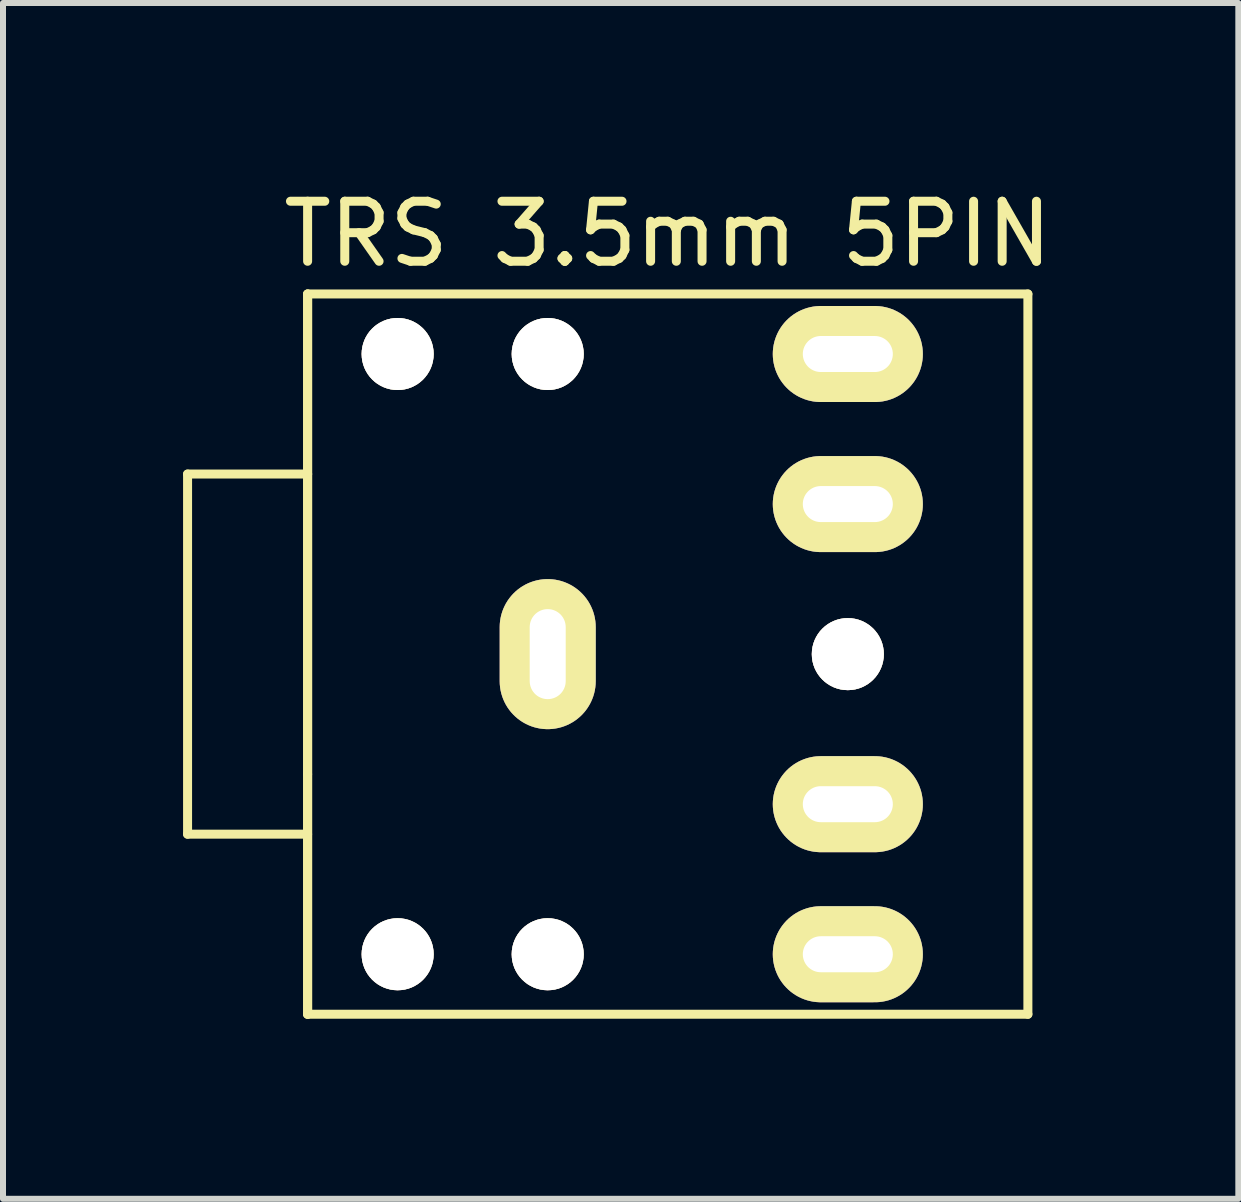
<source format=kicad_pcb>
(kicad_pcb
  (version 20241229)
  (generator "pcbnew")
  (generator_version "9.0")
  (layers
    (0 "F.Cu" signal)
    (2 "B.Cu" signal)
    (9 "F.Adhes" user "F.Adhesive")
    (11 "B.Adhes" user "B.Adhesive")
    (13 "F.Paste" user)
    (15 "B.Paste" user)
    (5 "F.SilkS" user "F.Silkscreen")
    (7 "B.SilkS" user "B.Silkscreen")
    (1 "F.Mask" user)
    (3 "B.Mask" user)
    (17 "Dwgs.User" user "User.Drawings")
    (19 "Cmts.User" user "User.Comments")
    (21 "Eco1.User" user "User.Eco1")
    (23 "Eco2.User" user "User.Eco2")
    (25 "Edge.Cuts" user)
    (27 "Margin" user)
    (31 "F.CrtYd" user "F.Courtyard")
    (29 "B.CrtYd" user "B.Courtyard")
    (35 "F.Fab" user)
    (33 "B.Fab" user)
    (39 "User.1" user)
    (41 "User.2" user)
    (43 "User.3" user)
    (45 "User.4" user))
  (footprint "TRS 3.5mm 5PIN"
    (layer "F.Cu")
    (at 8.075 7.848)
    (property "Reference" "TRS 3.5mm 5PIN" (at 0 -7 0) (layer "F.SilkS") (effects (font (size 1 1) (thickness 0.15))))
    (attr through_hole)
    (fp_line (start -8 -3) (end -8 3) (stroke (width 0.15) (type solid)) (layer "F.SilkS"))
    (fp_line (start -8 -3) (end -6 -3) (stroke (width 0.15) (type solid)) (layer "F.SilkS"))
    (fp_line (start -6 -6) (end -6 6) (stroke (width 0.15) (type solid)) (layer "F.SilkS"))
    (fp_line (start -6 -6) (end 6 -6) (stroke (width 0.15) (type solid)) (layer "F.SilkS"))
    (fp_line (start -6 -3) (end -6 -6) (stroke (width 0.15) (type solid)) (layer "F.SilkS"))
    (fp_line (start -6 -3) (end -6 2) (stroke (width 0.15) (type solid)) (layer "F.SilkS"))
    (fp_line (start -6 3) (end -8 3) (stroke (width 0.15) (type solid)) (layer "F.SilkS"))
    (fp_line (start -6 6) (end -6 2) (stroke (width 0.15) (type solid)) (layer "F.SilkS"))
    (fp_line (start 6 -6) (end 6 6) (stroke (width 0.15) (type solid)) (layer "F.SilkS"))
    (fp_line (start 6 6) (end -6 6) (stroke (width 0.15) (type solid)) (layer "F.SilkS"))
    (pad "" thru_hole circle (at -4.5 -5) (size 1.2 1.2) (drill 1.2) (layers "*.Cu" "*.Mask" "F.SilkS"))
    (pad "" thru_hole circle (at -4.5 5) (size 1.2 1.2) (drill 1.2) (layers "*.Cu" "*.Mask" "F.SilkS"))
    (pad "" thru_hole circle (at -2 -5) (size 1.2 1.2) (drill 1.2) (layers "*.Cu" "*.Mask" "F.SilkS"))
    (pad "" thru_hole circle (at -2 5) (size 1.2 1.2) (drill 1.2) (layers "*.Cu" "*.Mask" "F.SilkS"))
    (pad "" thru_hole circle (at 3 0) (size 1.2 1.2) (drill 1.2) (layers "*.Cu" "*.Mask" "F.SilkS"))
    (pad "1" thru_hole oval (at -2 0 90) (size 2.5 1.6) (drill oval 1.5 0.6) (layers "*.Cu" "*.Mask" "F.SilkS"))
    (pad "2" thru_hole oval (at 3 -5) (size 2.5 1.6) (drill oval 1.5 0.6) (layers "*.Cu" "*.Mask" "F.SilkS"))
    (pad "3" thru_hole oval (at 3 5) (size 2.5 1.6) (drill oval 1.5 0.6) (layers "*.Cu" "*.Mask" "F.SilkS"))
    (pad "5" thru_hole oval (at 3 -2.5) (size 2.5 1.6) (drill oval 1.5 0.6) (layers "*.Cu" "*.Mask" "F.SilkS"))
    (pad "6" thru_hole oval (at 3 2.5) (size 2.5 1.6) (drill oval 1.5 0.6) (layers "*.Cu" "*.Mask" "F.SilkS")))
  (gr_rect
    (start -3 -3)
    (end 17.581 16.923)
    (stroke (width 0.1) (type default))
    (fill no)
    (layer "Edge.Cuts")))
</source>
